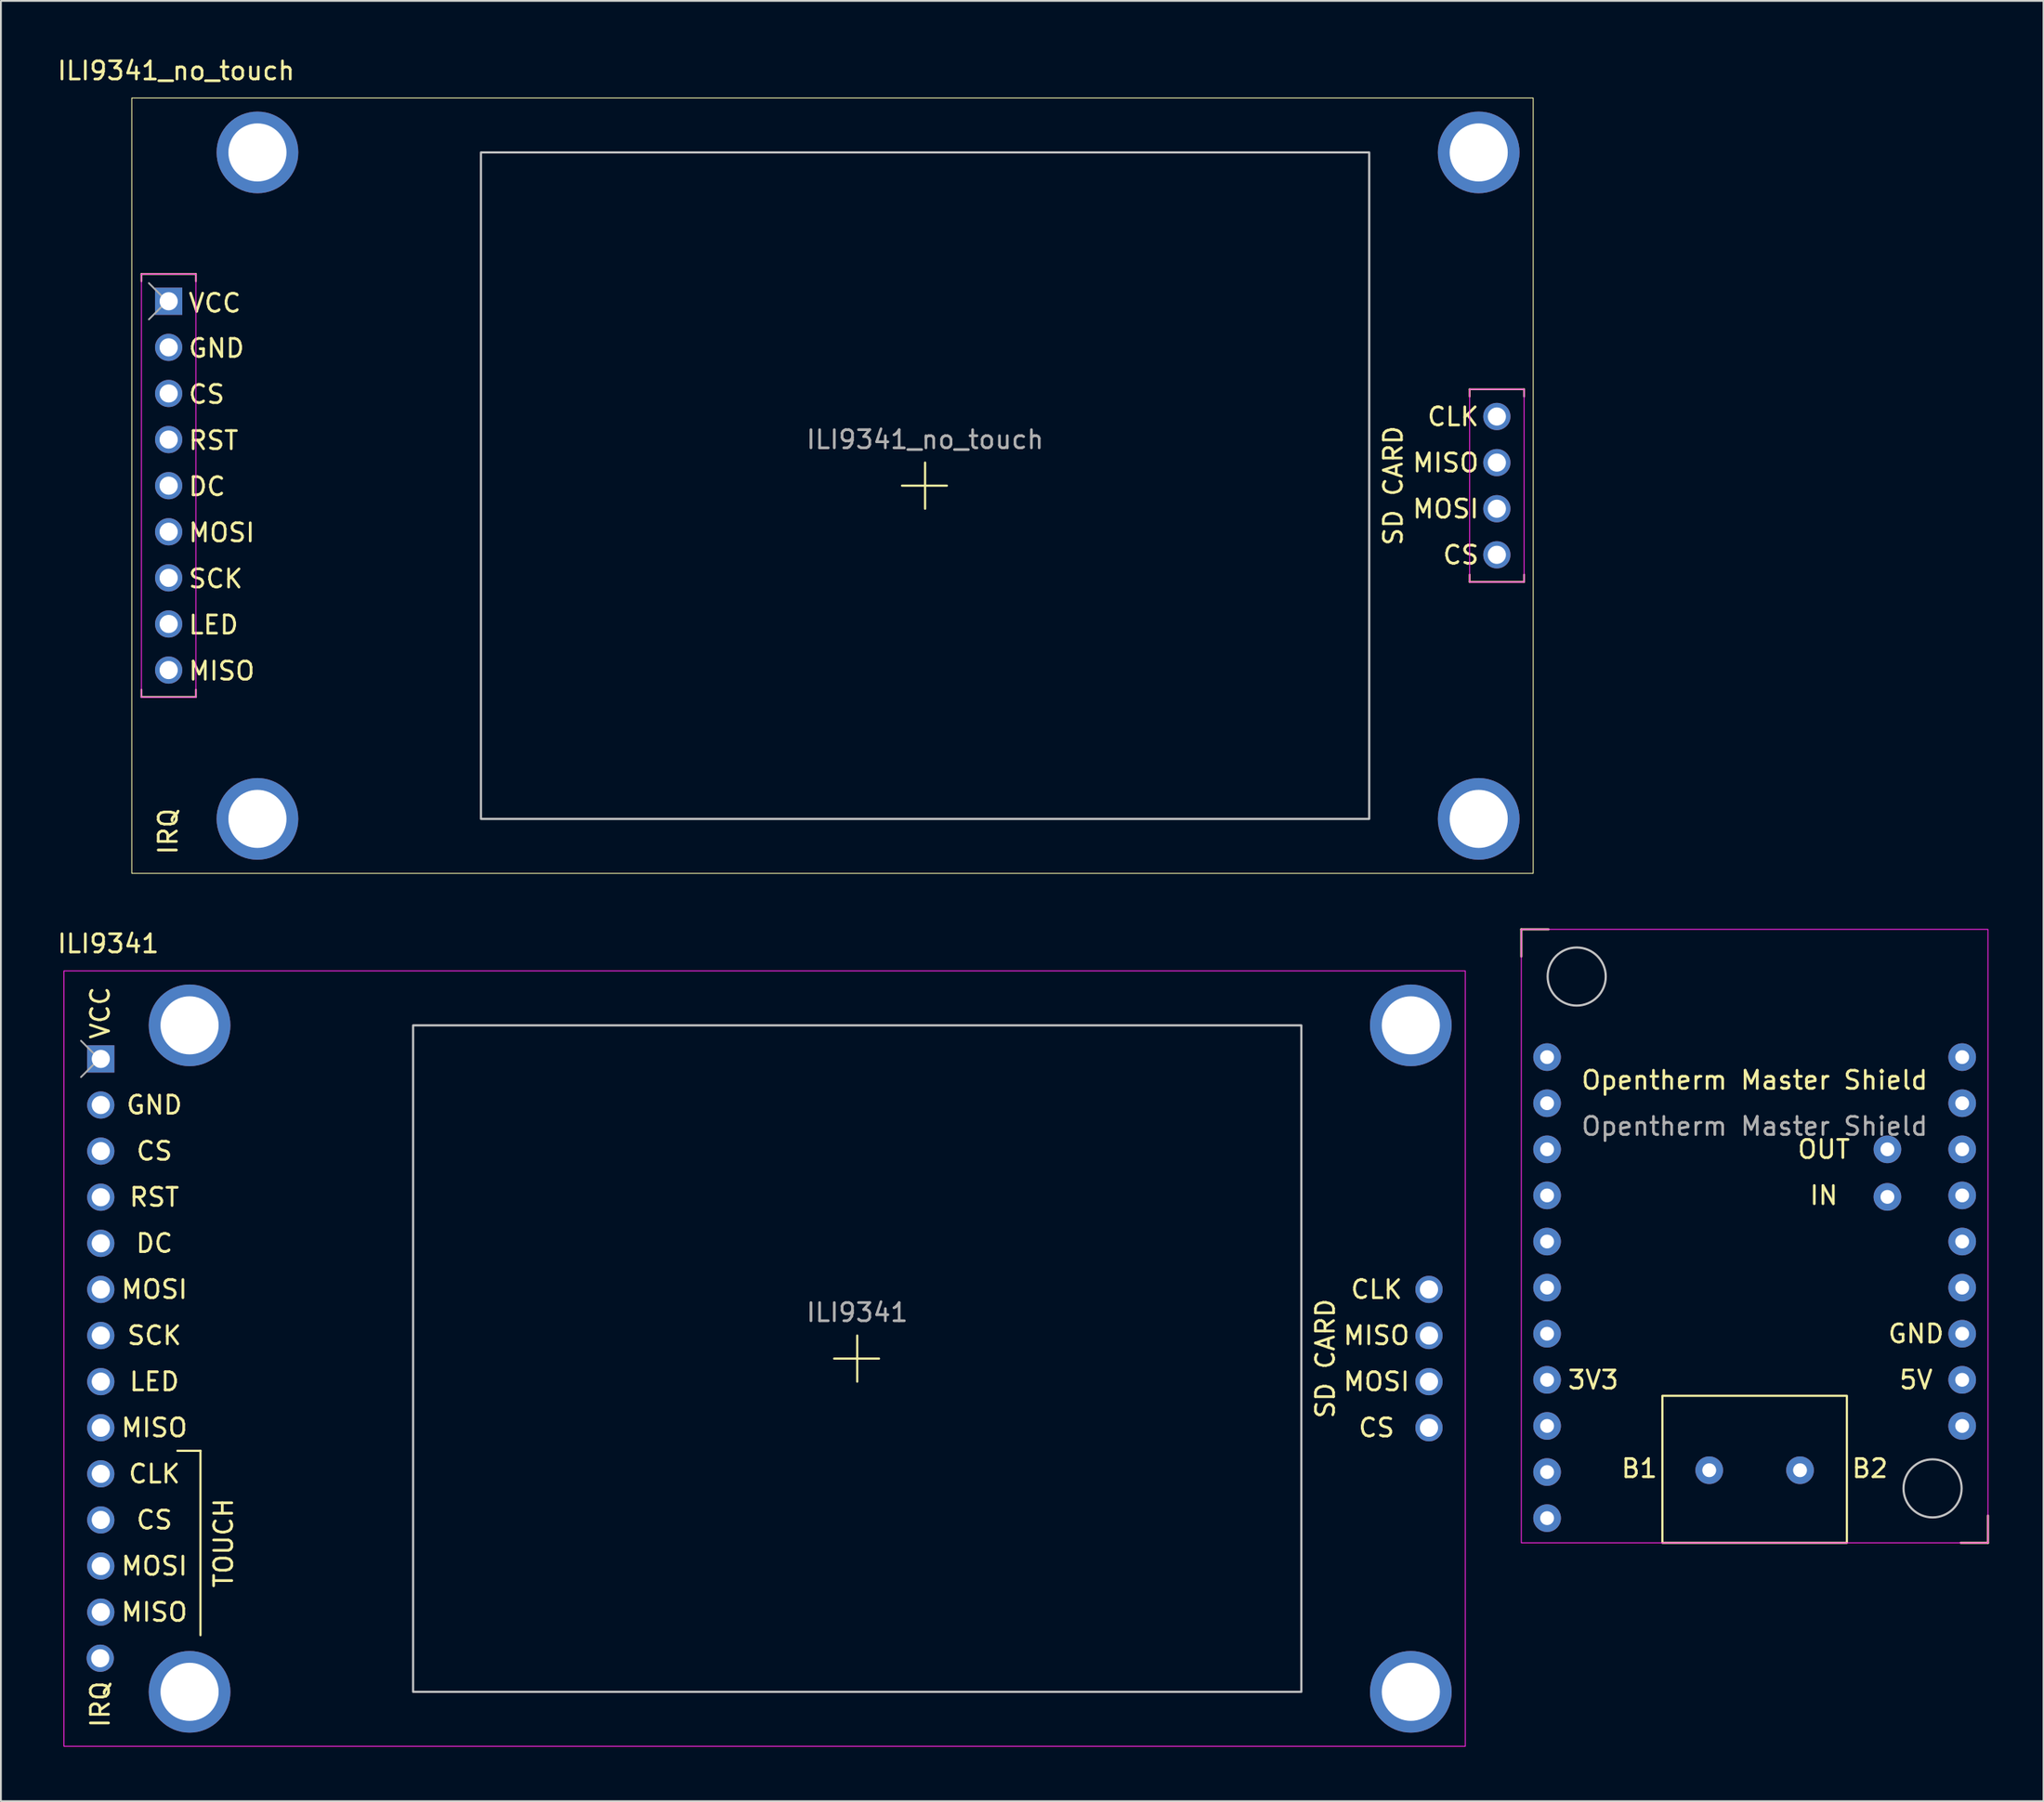
<source format=kicad_pcb>
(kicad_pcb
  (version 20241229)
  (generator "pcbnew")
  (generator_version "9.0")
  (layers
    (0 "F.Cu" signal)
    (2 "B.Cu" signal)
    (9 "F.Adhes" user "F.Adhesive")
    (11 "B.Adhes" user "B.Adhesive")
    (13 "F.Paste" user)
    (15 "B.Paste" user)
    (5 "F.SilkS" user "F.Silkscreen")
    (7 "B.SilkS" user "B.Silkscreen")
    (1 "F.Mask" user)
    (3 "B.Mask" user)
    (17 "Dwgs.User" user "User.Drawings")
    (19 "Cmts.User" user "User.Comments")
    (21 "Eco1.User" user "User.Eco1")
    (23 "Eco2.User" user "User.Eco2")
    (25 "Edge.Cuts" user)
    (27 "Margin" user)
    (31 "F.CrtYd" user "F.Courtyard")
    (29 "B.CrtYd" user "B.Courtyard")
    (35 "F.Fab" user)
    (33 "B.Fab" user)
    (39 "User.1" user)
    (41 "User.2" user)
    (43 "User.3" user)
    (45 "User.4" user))
  (footprint "ILI9341"
    (layer "F.Cu")
    (at 44.161 71.802)
    (property "Reference" "ILI9341" (at -41.25 -22.86 0) (layer "F.SilkS") (effects (font (size 1 1) (thickness 0.15))))
    (attr through_hole)
    (fp_line (start -36.17 5.08) (end -37.44 5.08) (stroke (width 0.12) (type solid)) (layer "F.SilkS"))
    (fp_line (start -36.17 5.08) (end -36.17 15.24) (stroke (width 0.12) (type solid)) (layer "F.SilkS"))
    (fp_line (start 0 -1.27) (end 0 1.27) (stroke (width 0.12) (type solid)) (layer "F.SilkS"))
    (fp_line (start 1.2 0) (end -1.27 0) (stroke (width 0.12) (type solid)) (layer "F.SilkS"))
    (fp_rect (start -24.46 -18.36) (end 24.46 18.36) (stroke (width 0.12) (type solid)) (fill no) (layer "Dwgs.User"))
    (fp_rect (start -43.69 21.36) (end 33.49 -21.36) (stroke (width 0.05) (type solid)) (fill no) (layer "F.CrtYd"))
    (fp_line (start -42.75 -15.51) (end -41.75 -16.51) (stroke (width 0.1) (type solid)) (layer "F.Fab"))
    (fp_line (start -41.75 -16.51) (end -42.75 -17.51) (stroke (width 0.1) (type solid)) (layer "F.Fab"))
    (fp_text user "CS" (at -38.71 -11.43 0) (unlocked yes) (layer "F.SilkS") (effects (font (size 1 1) (thickness 0.15))))
    (fp_text user "GND" (at -38.71 -13.97 0) (unlocked yes) (layer "F.SilkS") (effects (font (size 1 1) (thickness 0.15))))
    (fp_text user "SCK" (at -38.71 -1.27 0) (unlocked yes) (layer "F.SilkS") (effects (font (size 1 1) (thickness 0.15))))
    (fp_text user "MOSI" (at -38.71 11.43 0) (unlocked yes) (layer "F.SilkS") (effects (font (size 1 1) (thickness 0.15))))
    (fp_text user "MOSI" (at -38.71 -3.81 0) (unlocked yes) (layer "F.SilkS") (effects (font (size 1 1) (thickness 0.15))))
    (fp_text user "VCC" (at -41.69 -19.05 90) (unlocked yes) (layer "F.SilkS") (effects (font (size 1 1) (thickness 0.15))))
    (fp_text user "CLK" (at -38.71 6.35 0) (unlocked yes) (layer "F.SilkS") (effects (font (size 1 1) (thickness 0.15))))
    (fp_text user "RST" (at -38.71 -8.89 0) (unlocked yes) (layer "F.SilkS") (effects (font (size 1 1) (thickness 0.15))))
    (fp_text user "CS" (at -38.71 8.89 0) (unlocked yes) (layer "F.SilkS") (effects (font (size 1 1) (thickness 0.15))))
    (fp_text user "MISO" (at -38.71 3.81 0) (unlocked yes) (layer "F.SilkS") (effects (font (size 1 1) (thickness 0.15))))
    (fp_text user "DC" (at -38.71 -6.35 0) (unlocked yes) (layer "F.SilkS") (effects (font (size 1 1) (thickness 0.15))))
    (fp_text user "CS" (at 28.6 3.81 0) (unlocked yes) (layer "F.SilkS") (effects (font (size 1 1) (thickness 0.15))))
    (fp_text user "LED" (at -38.71 1.27 0) (unlocked yes) (layer "F.SilkS") (effects (font (size 1 1) (thickness 0.15))))
    (fp_text user "MISO" (at -38.71 13.97 0) (unlocked yes) (layer "F.SilkS") (effects (font (size 1 1) (thickness 0.15))))
    (fp_text user "CLK" (at 28.6 -3.81 0) (unlocked yes) (layer "F.SilkS") (effects (font (size 1 1) (thickness 0.15))))
    (fp_text user "SD CARD" (at 25.781 0 90) (unlocked yes) (layer "F.SilkS") (effects (font (size 1 1) (thickness 0.15))))
    (fp_text user "MOSI" (at 28.6 1.27 0) (unlocked yes) (layer "F.SilkS") (effects (font (size 1 1) (thickness 0.15))))
    (fp_text user "IRQ" (at -41.69 19.05 90) (unlocked yes) (layer "F.SilkS") (effects (font (size 1 1) (thickness 0.15))))
    (fp_text user "TOUCH" (at -34.9 10.16 90) (unlocked yes) (layer "F.SilkS") (effects (font (size 1 1) (thickness 0.15))))
    (fp_text user "MISO" (at 28.6 -1.27 0) (unlocked yes) (layer "F.SilkS") (effects (font (size 1 1) (thickness 0.15))))
    (fp_text user "${REFERENCE}" (at 0 -2.54 0) (layer "F.Fab") (effects (font (size 1 1) (thickness 0.15))))
    (pad "" thru_hole circle (at -36.77 -18.36) (size 4.5 4.5) (drill 3.2) (layers "*.Cu" "*.Mask"))
    (pad "" thru_hole circle (at -36.77 18.36) (size 4.5 4.5) (drill 3.2) (layers "*.Cu" "*.Mask"))
    (pad "" thru_hole circle (at 30.49 -18.36) (size 4.5 4.5) (drill 3.2) (layers "*.Cu" "*.Mask"))
    (pad "" thru_hole circle (at 30.49 18.36) (size 4.5 4.5) (drill 3.2) (layers "*.Cu" "*.Mask"))
    (pad "1" thru_hole rect (at -41.66 -16.51) (size 1.5 1.5) (drill 1) (layers "*.Cu" "*.Mask"))
    (pad "2" thru_hole circle (at -41.66 -13.97) (size 1.5 1.5) (drill 1) (layers "*.Cu" "*.Mask"))
    (pad "3" thru_hole circle (at -41.66 -11.43) (size 1.5 1.5) (drill 1) (layers "*.Cu" "*.Mask"))
    (pad "4" thru_hole circle (at -41.66 -8.89) (size 1.5 1.5) (drill 1) (layers "*.Cu" "*.Mask"))
    (pad "5" thru_hole circle (at -41.66 -6.35) (size 1.5 1.5) (drill 1) (layers "*.Cu" "*.Mask"))
    (pad "6" thru_hole circle (at -41.66 -3.81) (size 1.5 1.5) (drill 1) (layers "*.Cu" "*.Mask"))
    (pad "7" thru_hole circle (at -41.66 -1.27) (size 1.5 1.5) (drill 1) (layers "*.Cu" "*.Mask"))
    (pad "8" thru_hole circle (at -41.66 1.27) (size 1.5 1.5) (drill 1) (layers "*.Cu" "*.Mask"))
    (pad "9" thru_hole circle (at -41.66 3.81) (size 1.5 1.5) (drill 1) (layers "*.Cu" "*.Mask"))
    (pad "10" thru_hole circle (at -41.66 6.35) (size 1.5 1.5) (drill 1) (layers "*.Cu" "*.Mask"))
    (pad "11" thru_hole circle (at -41.66 8.89) (size 1.5 1.5) (drill 1) (layers "*.Cu" "*.Mask"))
    (pad "12" thru_hole circle (at -41.66 11.43) (size 1.5 1.5) (drill 1) (layers "*.Cu" "*.Mask"))
    (pad "13" thru_hole circle (at -41.66 13.97) (size 1.5 1.5) (drill 1) (layers "*.Cu" "*.Mask"))
    (pad "14" thru_hole circle (at -41.69 16.51) (size 1.5 1.5) (drill 1) (layers "*.Cu" "*.Mask"))
    (pad "15" thru_hole circle (at 31.49 -3.81) (size 1.5 1.5) (drill 1) (layers "*.Cu" "*.Mask"))
    (pad "16" thru_hole circle (at 31.49 -1.27) (size 1.5 1.5) (drill 1) (layers "*.Cu" "*.Mask"))
    (pad "17" thru_hole circle (at 31.49 1.27) (size 1.5 1.5) (drill 1) (layers "*.Cu" "*.Mask"))
    (pad "18" thru_hole circle (at 31.49 3.81) (size 1.5 1.5) (drill 1) (layers "*.Cu" "*.Mask")))
  (footprint "Opentherm Master Shield"
    (layer "F.Cu")
    (at 93.586 81.953)
    (property "Reference" "Opentherm Master Shield" (at 0 -25.49 0) (unlocked yes) (layer "F.SilkS") (effects (font (size 1 1) (thickness 0.15))))
    (attr through_hole)
    (fp_line (start -12.85 -33.8) (end -12.85 -32.3) (stroke (width 0.12) (type solid)) (layer "F.SilkS"))
    (fp_line (start -11.35 -33.8) (end -12.85 -33.8) (stroke (width 0.12) (type solid)) (layer "F.SilkS"))
    (fp_line (start 12.85 0) (end 11.35 0) (stroke (width 0.12) (type solid)) (layer "F.SilkS"))
    (fp_line (start 12.85 0) (end 12.85 -1.5) (stroke (width 0.12) (type solid)) (layer "F.SilkS"))
    (fp_rect (start -5.08 -8.1) (end 5.08 0) (stroke (width 0.12) (type solid)) (fill no) (layer "F.SilkS"))
    (fp_circle (center -9.8 -31.2) (end -8.2 -31.2) (stroke (width 0.12) (type solid)) (fill no) (layer "Dwgs.User"))
    (fp_circle (center 9.8 -3) (end 11.4 -3) (stroke (width 0.12) (type solid)) (fill no) (layer "Dwgs.User"))
    (fp_rect (start 12.85 -33.8) (end -12.85 0) (stroke (width 0.05) (type solid)) (fill no) (layer "F.CrtYd"))
    (fp_text user "B1" (at -6.35 -4.1 0) (unlocked yes) (layer "F.SilkS") (effects (font (size 1 1) (thickness 0.15))))
    (fp_text user "IN" (at 3.81 -19.14 0) (unlocked yes) (layer "F.SilkS") (effects (font (size 1 1) (thickness 0.15))))
    (fp_text user "OUT" (at 3.81 -21.68 0) (unlocked yes) (layer "F.SilkS") (effects (font (size 1 1) (thickness 0.15))))
    (fp_text user "3V3" (at -8.89 -8.98 0) (unlocked yes) (layer "F.SilkS") (effects (font (size 1 1) (thickness 0.15))))
    (fp_text user "GND" (at 8.89 -11.52 0) (unlocked yes) (layer "F.SilkS") (effects (font (size 1 1) (thickness 0.15))))
    (fp_text user "5V" (at 8.89 -8.98 0) (unlocked yes) (layer "F.SilkS") (effects (font (size 1 1) (thickness 0.15))))
    (fp_text user "B2" (at 6.35 -4.1 0) (unlocked yes) (layer "F.SilkS") (effects (font (size 1 1) (thickness 0.15))))
    (fp_text user "${REFERENCE}" (at 0 -22.95 0) (unlocked yes) (layer "F.Fab") (effects (font (size 1 1) (thickness 0.15))))
    (pad "1" thru_hole circle (at -11.43 -1.36) (size 1.524 1.524) (drill 0.762) (layers "*.Cu" "*.Mask"))
    (pad "2" thru_hole circle (at -11.43 -3.9) (size 1.524 1.524) (drill 0.762) (layers "*.Cu" "*.Mask"))
    (pad "3" thru_hole circle (at -11.43 -6.44) (size 1.524 1.524) (drill 0.762) (layers "*.Cu" "*.Mask"))
    (pad "4" thru_hole circle (at -11.43 -8.98) (size 1.524 1.524) (drill 0.762) (layers "*.Cu" "*.Mask"))
    (pad "5" thru_hole circle (at -11.43 -11.52) (size 1.524 1.524) (drill 0.762) (layers "*.Cu" "*.Mask"))
    (pad "6" thru_hole circle (at -11.43 -14.06) (size 1.524 1.524) (drill 0.762) (layers "*.Cu" "*.Mask"))
    (pad "7" thru_hole circle (at -11.43 -16.6) (size 1.524 1.524) (drill 0.762) (layers "*.Cu" "*.Mask"))
    (pad "8" thru_hole circle (at -11.43 -19.14) (size 1.524 1.524) (drill 0.762) (layers "*.Cu" "*.Mask"))
    (pad "9" thru_hole circle (at -11.43 -21.68) (size 1.524 1.524) (drill 0.762) (layers "*.Cu" "*.Mask"))
    (pad "10" thru_hole circle (at -11.43 -24.22) (size 1.524 1.524) (drill 0.762) (layers "*.Cu" "*.Mask"))
    (pad "11" thru_hole circle (at -11.43 -26.76) (size 1.524 1.524) (drill 0.762) (layers "*.Cu" "*.Mask"))
    (pad "12" thru_hole circle (at 11.43 -26.76) (size 1.524 1.524) (drill 0.762) (layers "*.Cu" "*.Mask"))
    (pad "13" thru_hole circle (at 11.43 -24.22) (size 1.524 1.524) (drill 0.762) (layers "*.Cu" "*.Mask"))
    (pad "14" thru_hole circle (at 11.43 -21.68) (size 1.524 1.524) (drill 0.762) (layers "*.Cu" "*.Mask"))
    (pad "15" thru_hole circle (at 11.43 -19.14) (size 1.524 1.524) (drill 0.762) (layers "*.Cu" "*.Mask"))
    (pad "16" thru_hole circle (at 11.43 -16.6) (size 1.524 1.524) (drill 0.762) (layers "*.Cu" "*.Mask"))
    (pad "17" thru_hole circle (at 11.43 -14.06) (size 1.524 1.524) (drill 0.762) (layers "*.Cu" "*.Mask"))
    (pad "18" thru_hole circle (at 11.43 -11.52) (size 1.524 1.524) (drill 0.762) (layers "*.Cu" "*.Mask"))
    (pad "19" thru_hole circle (at 11.43 -8.98) (size 1.524 1.524) (drill 0.762) (layers "*.Cu" "*.Mask"))
    (pad "20" thru_hole circle (at 11.43 -6.44) (size 1.524 1.524) (drill 0.762) (layers "*.Cu" "*.Mask"))
    (pad "21" thru_hole circle (at 7.313 -21.68) (size 1.524 1.524) (drill 0.762) (layers "*.Cu" "*.Mask"))
    (pad "22" thru_hole circle (at 7.313 -19.06) (size 1.524 1.524) (drill 0.762) (layers "*.Cu" "*.Mask"))
    (pad "23" thru_hole circle (at -2.5 -4) (size 1.524 1.524) (drill 0.762) (layers "*.Cu" "*.Mask"))
    (pad "24" thru_hole circle (at 2.5 -4) (size 1.524 1.524) (drill 0.762) (layers "*.Cu" "*.Mask")))
  (footprint "ILI9341_no_touch"
    (layer "F.Cu")
    (at 47.899 23.708)
    (property "Reference" "ILI9341_no_touch" (at -41.25 -22.86 0) (layer "F.SilkS") (effects (font (size 1 1) (thickness 0.15))))
    (attr through_hole)
    (fp_line (start -43.16 -11.66) (end -40.16 -11.66) (stroke (width 0.1) (type default)) (layer "F.SilkS"))
    (fp_line (start -43.16 -11.26) (end -43.16 -11.66) (stroke (width 0.1) (type default)) (layer "F.SilkS"))
    (fp_line (start -43.16 11.64) (end -43.16 11.24) (stroke (width 0.1) (type default)) (layer "F.SilkS"))
    (fp_line (start -43.16 11.64) (end -40.16 11.64) (stroke (width 0.1) (type default)) (layer "F.SilkS"))
    (fp_line (start -40.16 -11.26) (end -40.16 -11.66) (stroke (width 0.1) (type default)) (layer "F.SilkS"))
    (fp_line (start -40.16 11.64) (end -40.16 11.24) (stroke (width 0.1) (type default)) (layer "F.SilkS"))
    (fp_line (start 0 -1.27) (end 0 1.27) (stroke (width 0.12) (type solid)) (layer "F.SilkS"))
    (fp_line (start 1.2 0) (end -1.27 0) (stroke (width 0.12) (type solid)) (layer "F.SilkS"))
    (fp_line (start 29.99 -5.31) (end 32.99 -5.31) (stroke (width 0.1) (type default)) (layer "F.SilkS"))
    (fp_line (start 29.99 -4.91) (end 29.99 -5.31) (stroke (width 0.1) (type default)) (layer "F.SilkS"))
    (fp_line (start 29.99 4.9) (end 29.99 5.3) (stroke (width 0.1) (type default)) (layer "F.SilkS"))
    (fp_line (start 29.99 5.3) (end 32.99 5.3) (stroke (width 0.1) (type default)) (layer "F.SilkS"))
    (fp_line (start 32.99 -4.91) (end 32.99 -5.31) (stroke (width 0.1) (type default)) (layer "F.SilkS"))
    (fp_line (start 32.99 4.9) (end 32.99 5.3) (stroke (width 0.1) (type default)) (layer "F.SilkS"))
    (fp_rect (start -43.69 21.36) (end 33.49 -21.36) (stroke (width 0.05) (type solid)) (fill no) (layer "F.SilkS"))
    (fp_rect (start -24.46 -18.36) (end 24.46 18.36) (stroke (width 0.12) (type solid)) (fill no) (layer "Dwgs.User"))
    (fp_rect (start -43.16 -11.66) (end -40.16 11.66) (stroke (width 0.05) (type default)) (fill no) (layer "F.CrtYd"))
    (fp_rect (start 29.99 -5.31) (end 32.99 5.31) (stroke (width 0.05) (type default)) (fill no) (layer "F.CrtYd"))
    (fp_line (start -42.75 -9.16) (end -41.75 -10.16) (stroke (width 0.1) (type solid)) (layer "F.Fab"))
    (fp_line (start -41.75 -10.16) (end -42.75 -11.16) (stroke (width 0.1) (type solid)) (layer "F.Fab"))
    (fp_text user "DC" (at -39.549 0.05 0) (unlocked yes) (layer "F.SilkS") (effects (font (size 1 1) (thickness 0.15))))
    (fp_text user "IRQ" (at -41.69 19.05 90) (unlocked yes) (layer "F.SilkS") (effects (font (size 1 1) (thickness 0.15))))
    (fp_text user "SD CARD" (at 25.781 0 90) (unlocked yes) (layer "F.SilkS") (effects (font (size 1 1) (thickness 0.15))))
    (fp_text user "VCC" (at -39.12 -10.06 0) (unlocked yes) (layer "F.SilkS") (effects (font (size 1 1) (thickness 0.15))))
    (fp_text user "MISO" (at -38.739 10.21 0) (unlocked yes) (layer "F.SilkS") (effects (font (size 1 1) (thickness 0.15))))
    (fp_text user "GND" (at -39.025 -7.57 0) (unlocked yes) (layer "F.SilkS") (effects (font (size 1 1) (thickness 0.15))))
    (fp_text user "RST" (at -39.191 -2.49 0) (unlocked yes) (layer "F.SilkS") (effects (font (size 1 1) (thickness 0.15))))
    (fp_text user "MOSI" (at -38.739 2.59 0) (unlocked yes) (layer "F.SilkS") (effects (font (size 1 1) (thickness 0.15))))
    (fp_text user "MISO" (at 28.675 -1.26 0) (unlocked yes) (layer "F.SilkS") (effects (font (size 1 1) (thickness 0.15))))
    (fp_text user "CLK" (at 29.08 -3.8 0) (unlocked yes) (layer "F.SilkS") (effects (font (size 1 1) (thickness 0.15))))
    (fp_text user "MOSI" (at 28.675 1.28 0) (unlocked yes) (layer "F.SilkS") (effects (font (size 1 1) (thickness 0.15))))
    (fp_text user "CS" (at 29.509 3.82 0) (unlocked yes) (layer "F.SilkS") (effects (font (size 1 1) (thickness 0.15))))
    (fp_text user "CS" (at -39.572 -5.03 0) (unlocked yes) (layer "F.SilkS") (effects (font (size 1 1) (thickness 0.15))))
    (fp_text user "LED" (at -39.191 7.67 0) (unlocked yes) (layer "F.SilkS") (effects (font (size 1 1) (thickness 0.15))))
    (fp_text user "SCK" (at -39.072 5.13 0) (unlocked yes) (layer "F.SilkS") (effects (font (size 1 1) (thickness 0.15))))
    (fp_text user "${REFERENCE}" (at 0 -2.54 0) (layer "F.Fab") (effects (font (size 1 1) (thickness 0.15))))
    (pad "" thru_hole circle (at -36.77 -18.36) (size 4.5 4.5) (drill 3.2) (layers "*.Cu" "*.Mask"))
    (pad "" thru_hole circle (at -36.77 18.36) (size 4.5 4.5) (drill 3.2) (layers "*.Cu" "*.Mask"))
    (pad "" thru_hole circle (at 30.49 -18.36) (size 4.5 4.5) (drill 3.2) (layers "*.Cu" "*.Mask"))
    (pad "" thru_hole circle (at 30.49 18.36) (size 4.5 4.5) (drill 3.2) (layers "*.Cu" "*.Mask"))
    (pad "1" thru_hole rect (at -41.66 -10.16) (size 1.5 1.5) (drill 1) (layers "*.Cu" "*.Mask"))
    (pad "2" thru_hole circle (at -41.66 -7.62) (size 1.5 1.5) (drill 1) (layers "*.Cu" "*.Mask"))
    (pad "3" thru_hole circle (at -41.66 -5.08) (size 1.5 1.5) (drill 1) (layers "*.Cu" "*.Mask"))
    (pad "4" thru_hole circle (at -41.66 -2.54) (size 1.5 1.5) (drill 1) (layers "*.Cu" "*.Mask"))
    (pad "5" thru_hole circle (at -41.66 0) (size 1.5 1.5) (drill 1) (layers "*.Cu" "*.Mask"))
    (pad "6" thru_hole circle (at -41.66 2.54) (size 1.5 1.5) (drill 1) (layers "*.Cu" "*.Mask"))
    (pad "7" thru_hole circle (at -41.66 5.08) (size 1.5 1.5) (drill 1) (layers "*.Cu" "*.Mask"))
    (pad "8" thru_hole circle (at -41.66 7.62) (size 1.5 1.5) (drill 1) (layers "*.Cu" "*.Mask"))
    (pad "9" thru_hole circle (at -41.66 10.16) (size 1.5 1.5) (drill 1) (layers "*.Cu" "*.Mask"))
    (pad "15" thru_hole circle (at 31.49 -3.81) (size 1.5 1.5) (drill 1) (layers "*.Cu" "*.Mask"))
    (pad "16" thru_hole circle (at 31.49 -1.27) (size 1.5 1.5) (drill 1) (layers "*.Cu" "*.Mask"))
    (pad "17" thru_hole circle (at 31.49 1.27) (size 1.5 1.5) (drill 1) (layers "*.Cu" "*.Mask"))
    (pad "18" thru_hole circle (at 31.49 3.81) (size 1.5 1.5) (drill 1) (layers "*.Cu" "*.Mask")))
  (gr_rect
    (start -3 -3)
    (end 109.496 96.186)
    (stroke (width 0.1) (type default))
    (fill no)
    (layer "Edge.Cuts")))
</source>
